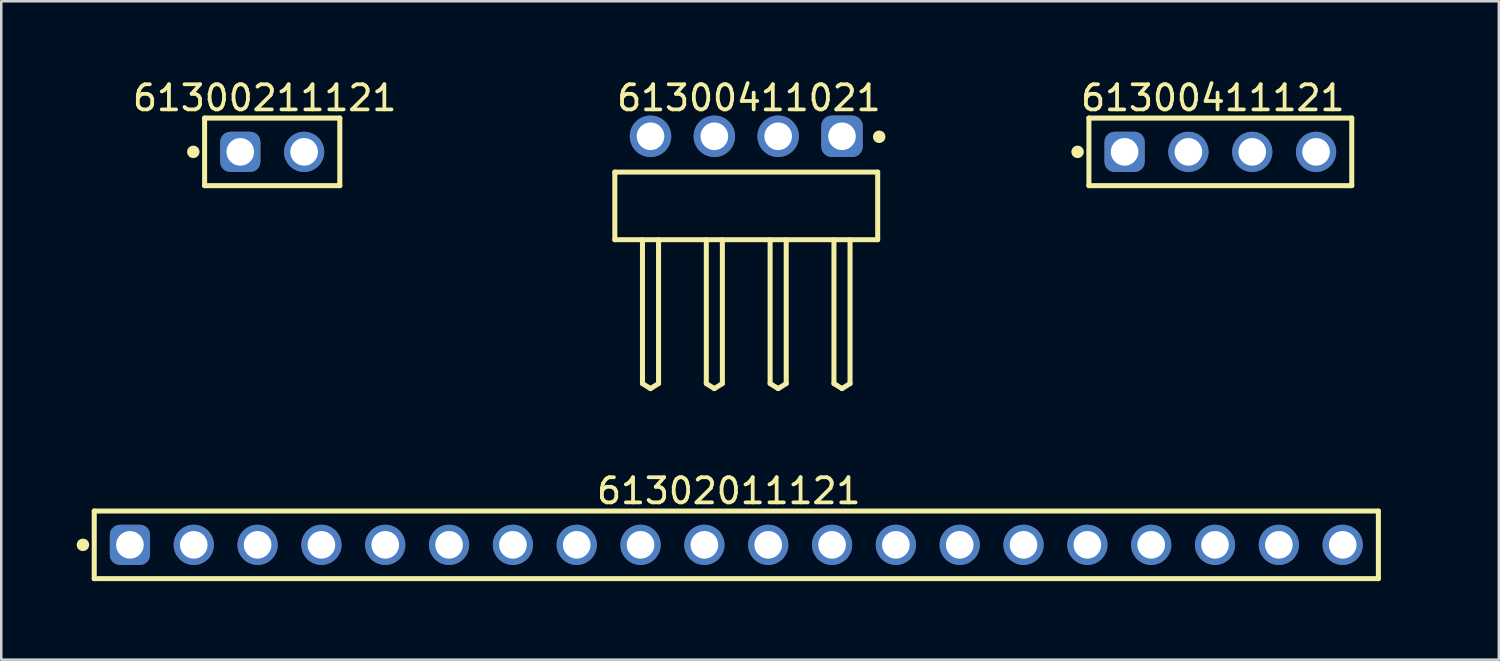
<source format=kicad_pcb>
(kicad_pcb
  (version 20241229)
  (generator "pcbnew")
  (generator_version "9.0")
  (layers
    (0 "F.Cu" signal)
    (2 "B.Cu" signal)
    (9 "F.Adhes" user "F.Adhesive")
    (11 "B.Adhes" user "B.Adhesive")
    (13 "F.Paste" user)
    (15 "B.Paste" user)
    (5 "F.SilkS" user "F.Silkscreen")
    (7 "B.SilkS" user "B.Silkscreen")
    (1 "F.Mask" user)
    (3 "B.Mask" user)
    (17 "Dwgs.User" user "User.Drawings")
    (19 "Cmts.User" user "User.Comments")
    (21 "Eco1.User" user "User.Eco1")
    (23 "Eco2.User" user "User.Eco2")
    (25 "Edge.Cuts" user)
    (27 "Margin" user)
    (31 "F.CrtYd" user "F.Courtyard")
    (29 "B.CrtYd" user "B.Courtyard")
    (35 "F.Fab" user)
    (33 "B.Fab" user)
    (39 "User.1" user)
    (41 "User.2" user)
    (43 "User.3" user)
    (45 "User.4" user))
  (footprint "61300411021"
    (layer "F.Cu")
    (at 26.646 5.143)
    (property "Reference" "61300411021" (at 0.105 -4.295 0) (layer "F.SilkS") (effects (font (size 1 1) (thickness 0.15))))
    (fp_line (start -5.23 -1.345) (end 5.23 -1.345) (stroke (width 0.2) (type solid)) (layer "F.SilkS"))
    (fp_line (start -5.23 1.345) (end -5.23 -1.345) (stroke (width 0.2) (type solid)) (layer "F.SilkS"))
    (fp_line (start -5.23 1.345) (end 5.23 1.345) (stroke (width 0.2) (type solid)) (layer "F.SilkS"))
    (fp_line (start -4.13 7.07) (end -4.13 1.345) (stroke (width 0.2) (type solid)) (layer "F.SilkS"))
    (fp_line (start -4.13 7.07) (end -3.81 7.27) (stroke (width 0.2) (type solid)) (layer "F.SilkS"))
    (fp_line (start -3.81 7.27) (end -3.49 7.07) (stroke (width 0.2) (type solid)) (layer "F.SilkS"))
    (fp_line (start -3.49 7.07) (end -3.49 1.345) (stroke (width 0.2) (type solid)) (layer "F.SilkS"))
    (fp_line (start -1.59 7.07) (end -1.59 1.345) (stroke (width 0.2) (type solid)) (layer "F.SilkS"))
    (fp_line (start -1.59 7.07) (end -1.27 7.27) (stroke (width 0.2) (type solid)) (layer "F.SilkS"))
    (fp_line (start -1.27 7.27) (end -0.95 7.07) (stroke (width 0.2) (type solid)) (layer "F.SilkS"))
    (fp_line (start -0.95 7.07) (end -0.95 1.345) (stroke (width 0.2) (type solid)) (layer "F.SilkS"))
    (fp_line (start 0.95 7.07) (end 0.95 1.345) (stroke (width 0.2) (type solid)) (layer "F.SilkS"))
    (fp_line (start 0.95 7.07) (end 1.27 7.27) (stroke (width 0.2) (type solid)) (layer "F.SilkS"))
    (fp_line (start 1.27 7.27) (end 1.59 7.07) (stroke (width 0.2) (type solid)) (layer "F.SilkS"))
    (fp_line (start 1.59 7.07) (end 1.59 1.345) (stroke (width 0.2) (type solid)) (layer "F.SilkS"))
    (fp_line (start 3.49 7.07) (end 3.49 1.345) (stroke (width 0.2) (type solid)) (layer "F.SilkS"))
    (fp_line (start 3.49 7.07) (end 3.81 7.27) (stroke (width 0.2) (type solid)) (layer "F.SilkS"))
    (fp_line (start 3.81 7.27) (end 4.13 7.07) (stroke (width 0.2) (type solid)) (layer "F.SilkS"))
    (fp_line (start 4.13 7.07) (end 4.13 1.345) (stroke (width 0.2) (type solid)) (layer "F.SilkS"))
    (fp_line (start 5.23 1.345) (end 5.23 -1.345) (stroke (width 0.2) (type solid)) (layer "F.SilkS"))
    (fp_circle (center 5.29 -2.75) (end 5.29 -2.875) (stroke (width 0.25) (type solid)) (fill no) (layer "F.SilkS"))
    (fp_line (start -5.43 -3.795) (end 5.43 -3.795) (stroke (width 0.05) (type solid)) (layer "Eco2.User"))
    (fp_line (start -5.43 7.47) (end -5.43 -3.795) (stroke (width 0.05) (type solid)) (layer "Eco2.User"))
    (fp_line (start -5.43 7.47) (end 5.43 7.47) (stroke (width 0.05) (type solid)) (layer "Eco2.User"))
    (fp_line (start -5.08 -1.27) (end 5.08 -1.27) (stroke (width 0.1) (type solid)) (layer "Eco2.User"))
    (fp_line (start -5.08 1.27) (end -5.08 -1.27) (stroke (width 0.1) (type solid)) (layer "Eco2.User"))
    (fp_line (start -5.08 1.27) (end 5.08 1.27) (stroke (width 0.1) (type solid)) (layer "Eco2.User"))
    (fp_line (start -4.13 -3.09) (end -3.49 -3.09) (stroke (width 0.1) (type solid)) (layer "Eco2.User"))
    (fp_line (start -4.13 -1.27) (end -4.13 -3.09) (stroke (width 0.1) (type solid)) (layer "Eco2.User"))
    (fp_line (start -4.13 7.07) (end -4.13 1.27) (stroke (width 0.1) (type solid)) (layer "Eco2.User"))
    (fp_line (start -4.13 7.07) (end -3.81 7.27) (stroke (width 0.1) (type solid)) (layer "Eco2.User"))
    (fp_line (start -3.81 7.27) (end -3.49 7.07) (stroke (width 0.1) (type solid)) (layer "Eco2.User"))
    (fp_line (start -3.49 -1.27) (end -3.49 -3.09) (stroke (width 0.1) (type solid)) (layer "Eco2.User"))
    (fp_line (start -3.49 7.07) (end -3.49 1.27) (stroke (width 0.1) (type solid)) (layer "Eco2.User"))
    (fp_line (start -1.59 -3.09) (end -0.95 -3.09) (stroke (width 0.1) (type solid)) (layer "Eco2.User"))
    (fp_line (start -1.59 -1.27) (end -1.59 -3.09) (stroke (width 0.1) (type solid)) (layer "Eco2.User"))
    (fp_line (start -1.59 7.07) (end -1.59 1.27) (stroke (width 0.1) (type solid)) (layer "Eco2.User"))
    (fp_line (start -1.59 7.07) (end -1.27 7.27) (stroke (width 0.1) (type solid)) (layer "Eco2.User"))
    (fp_line (start -1.27 7.27) (end -0.95 7.07) (stroke (width 0.1) (type solid)) (layer "Eco2.User"))
    (fp_line (start -0.95 -1.27) (end -0.95 -3.09) (stroke (width 0.1) (type solid)) (layer "Eco2.User"))
    (fp_line (start -0.95 7.07) (end -0.95 1.27) (stroke (width 0.1) (type solid)) (layer "Eco2.User"))
    (fp_line (start -0.5 0) (end 0.5 0) (stroke (width 0.05) (type solid)) (layer "Eco2.User"))
    (fp_line (start 0 0.5) (end 0 -0.5) (stroke (width 0.05) (type solid)) (layer "Eco2.User"))
    (fp_line (start 0.95 -3.09) (end 1.59 -3.09) (stroke (width 0.1) (type solid)) (layer "Eco2.User"))
    (fp_line (start 0.95 -1.27) (end 0.95 -3.09) (stroke (width 0.1) (type solid)) (layer "Eco2.User"))
    (fp_line (start 0.95 7.07) (end 0.95 1.27) (stroke (width 0.1) (type solid)) (layer "Eco2.User"))
    (fp_line (start 0.95 7.07) (end 1.27 7.27) (stroke (width 0.1) (type solid)) (layer "Eco2.User"))
    (fp_line (start 1.27 7.27) (end 1.59 7.07) (stroke (width 0.1) (type solid)) (layer "Eco2.User"))
    (fp_line (start 1.59 -1.27) (end 1.59 -3.09) (stroke (width 0.1) (type solid)) (layer "Eco2.User"))
    (fp_line (start 1.59 7.07) (end 1.59 1.27) (stroke (width 0.1) (type solid)) (layer "Eco2.User"))
    (fp_line (start 3.49 -3.09) (end 4.13 -3.09) (stroke (width 0.1) (type solid)) (layer "Eco2.User"))
    (fp_line (start 3.49 -1.27) (end 3.49 -3.09) (stroke (width 0.1) (type solid)) (layer "Eco2.User"))
    (fp_line (start 3.49 7.07) (end 3.49 1.27) (stroke (width 0.1) (type solid)) (layer "Eco2.User"))
    (fp_line (start 3.49 7.07) (end 3.81 7.27) (stroke (width 0.1) (type solid)) (layer "Eco2.User"))
    (fp_line (start 3.81 7.27) (end 4.13 7.07) (stroke (width 0.1) (type solid)) (layer "Eco2.User"))
    (fp_line (start 4.13 -1.27) (end 4.13 -3.09) (stroke (width 0.1) (type solid)) (layer "Eco2.User"))
    (fp_line (start 4.13 7.07) (end 4.13 1.27) (stroke (width 0.1) (type solid)) (layer "Eco2.User"))
    (fp_line (start 5.08 1.27) (end 5.08 -1.27) (stroke (width 0.1) (type solid)) (layer "Eco2.User"))
    (fp_line (start 5.43 7.47) (end 5.43 -3.795) (stroke (width 0.05) (type solid)) (layer "Eco2.User"))
    (fp_text user "${REFERENCE}" (at 0.15 -0.197 0) (unlocked yes) (layer "User.3") (effects (font (size 1.5 1.5) (thickness 0.15))))
    (pad "1" thru_hole roundrect (at 3.81 -2.77) (size 1.65 1.65) (drill 1.1) (layers "*.Cu" "*.Mask") (roundrect_rratio 0.25))
    (pad "2" thru_hole circle (at 1.27 -2.77) (size 1.65 1.65) (drill 1.1) (layers "*.Cu" "*.Mask"))
    (pad "3" thru_hole circle (at -1.27 -2.77) (size 1.65 1.65) (drill 1.1) (layers "*.Cu" "*.Mask"))
    (pad "4" thru_hole circle (at -3.81 -2.77) (size 1.65 1.65) (drill 1.1) (layers "*.Cu" "*.Mask")))
  (footprint "61300411121"
    (layer "F.Cu")
    (at 45.511 2.993)
    (property "Reference" "61300411121" (at -0.3 -2.145 0) (layer "F.SilkS") (effects (font (size 1 1) (thickness 0.15))))
    (fp_line (start -5.23 -1.345) (end 5.23 -1.345) (stroke (width 0.2) (type solid)) (layer "F.SilkS"))
    (fp_line (start -5.23 1.345) (end -5.23 -1.345) (stroke (width 0.2) (type solid)) (layer "F.SilkS"))
    (fp_line (start -5.23 1.345) (end 5.23 1.345) (stroke (width 0.2) (type solid)) (layer "F.SilkS"))
    (fp_line (start 5.23 1.345) (end 5.23 -1.345) (stroke (width 0.2) (type solid)) (layer "F.SilkS"))
    (fp_circle (center -5.68 0) (end -5.68 -0.125) (stroke (width 0.25) (type solid)) (fill no) (layer "F.SilkS"))
    (fp_line (start -5.43 -1.545) (end 5.43 -1.545) (stroke (width 0.05) (type solid)) (layer "Eco2.User"))
    (fp_line (start -5.43 1.545) (end -5.43 -1.545) (stroke (width 0.05) (type solid)) (layer "Eco2.User"))
    (fp_line (start -5.43 1.545) (end 5.43 1.545) (stroke (width 0.05) (type solid)) (layer "Eco2.User"))
    (fp_line (start -5.08 -1.27) (end 5.08 -1.27) (stroke (width 0.1) (type solid)) (layer "Eco2.User"))
    (fp_line (start -5.08 1.27) (end -5.08 -1.27) (stroke (width 0.1) (type solid)) (layer "Eco2.User"))
    (fp_line (start -5.08 1.27) (end 5.08 1.27) (stroke (width 0.1) (type solid)) (layer "Eco2.User"))
    (fp_line (start -0.5 0) (end 0.5 0) (stroke (width 0.05) (type solid)) (layer "Eco2.User"))
    (fp_line (start 0 0.5) (end 0 -0.5) (stroke (width 0.05) (type solid)) (layer "Eco2.User"))
    (fp_line (start 5.08 1.27) (end 5.08 -1.27) (stroke (width 0.1) (type solid)) (layer "Eco2.User"))
    (fp_line (start 5.43 1.545) (end 5.43 -1.545) (stroke (width 0.05) (type solid)) (layer "Eco2.User"))
    (fp_text user "${REFERENCE}" (at 0.15 -0.197 0) (unlocked yes) (layer "User.3") (effects (font (size 1.5 1.5) (thickness 0.15))))
    (pad "1" thru_hole roundrect (at -3.81 0) (size 1.6 1.6) (drill 1.1) (layers "*.Cu" "*.Mask") (roundrect_rratio 0.25))
    (pad "2" thru_hole circle (at -1.27 0) (size 1.6 1.6) (drill 1.1) (layers "*.Cu" "*.Mask"))
    (pad "3" thru_hole circle (at 1.27 0) (size 1.6 1.6) (drill 1.1) (layers "*.Cu" "*.Mask"))
    (pad "4" thru_hole circle (at 3.81 0) (size 1.6 1.6) (drill 1.1) (layers "*.Cu" "*.Mask")))
  (footprint "61302011121"
    (layer "F.Cu")
    (at 26.25 18.631)
    (property "Reference" "61302011121" (at -0.3 -2.145 0) (layer "F.SilkS") (effects (font (size 1 1) (thickness 0.15))))
    (fp_line (start -25.55 -1.345) (end 25.55 -1.345) (stroke (width 0.2) (type solid)) (layer "F.SilkS"))
    (fp_line (start -25.55 1.345) (end -25.55 -1.345) (stroke (width 0.2) (type solid)) (layer "F.SilkS"))
    (fp_line (start -25.55 1.345) (end 25.55 1.345) (stroke (width 0.2) (type solid)) (layer "F.SilkS"))
    (fp_line (start 25.55 1.345) (end 25.55 -1.345) (stroke (width 0.2) (type solid)) (layer "F.SilkS"))
    (fp_circle (center -26 0) (end -26 -0.125) (stroke (width 0.25) (type solid)) (fill no) (layer "F.SilkS"))
    (fp_line (start -25.75 -1.545) (end 25.75 -1.545) (stroke (width 0.05) (type solid)) (layer "Eco2.User"))
    (fp_line (start -25.75 1.545) (end -25.75 -1.545) (stroke (width 0.05) (type solid)) (layer "Eco2.User"))
    (fp_line (start -25.75 1.545) (end 25.75 1.545) (stroke (width 0.05) (type solid)) (layer "Eco2.User"))
    (fp_line (start -25.4 -1.27) (end 25.4 -1.27) (stroke (width 0.1) (type solid)) (layer "Eco2.User"))
    (fp_line (start -25.4 1.27) (end -25.4 -1.27) (stroke (width 0.1) (type solid)) (layer "Eco2.User"))
    (fp_line (start -25.4 1.27) (end 25.4 1.27) (stroke (width 0.1) (type solid)) (layer "Eco2.User"))
    (fp_line (start -0.5 0) (end 0.5 0) (stroke (width 0.05) (type solid)) (layer "Eco2.User"))
    (fp_line (start 0 0.5) (end 0 -0.5) (stroke (width 0.05) (type solid)) (layer "Eco2.User"))
    (fp_line (start 25.4 1.27) (end 25.4 -1.27) (stroke (width 0.1) (type solid)) (layer "Eco2.User"))
    (fp_line (start 25.75 1.545) (end 25.75 -1.545) (stroke (width 0.05) (type solid)) (layer "Eco2.User"))
    (fp_text user "${REFERENCE}" (at 0.15 -0.197 0) (unlocked yes) (layer "User.3") (effects (font (size 1.5 1.5) (thickness 0.15))))
    (pad "1" thru_hole roundrect (at -24.13 0) (size 1.6 1.6) (drill 1.1) (layers "*.Cu" "*.Mask") (roundrect_rratio 0.25))
    (pad "2" thru_hole circle (at -21.59 0) (size 1.6 1.6) (drill 1.1) (layers "*.Cu" "*.Mask"))
    (pad "3" thru_hole circle (at -19.05 0) (size 1.6 1.6) (drill 1.1) (layers "*.Cu" "*.Mask"))
    (pad "4" thru_hole circle (at -16.51 0) (size 1.6 1.6) (drill 1.1) (layers "*.Cu" "*.Mask"))
    (pad "5" thru_hole circle (at -13.97 0) (size 1.6 1.6) (drill 1.1) (layers "*.Cu" "*.Mask"))
    (pad "6" thru_hole circle (at -11.43 0) (size 1.6 1.6) (drill 1.1) (layers "*.Cu" "*.Mask"))
    (pad "7" thru_hole circle (at -8.89 0) (size 1.6 1.6) (drill 1.1) (layers "*.Cu" "*.Mask"))
    (pad "8" thru_hole circle (at -6.35 0) (size 1.6 1.6) (drill 1.1) (layers "*.Cu" "*.Mask"))
    (pad "9" thru_hole circle (at -3.81 0) (size 1.6 1.6) (drill 1.1) (layers "*.Cu" "*.Mask"))
    (pad "10" thru_hole circle (at -1.27 0) (size 1.6 1.6) (drill 1.1) (layers "*.Cu" "*.Mask"))
    (pad "11" thru_hole circle (at 1.27 0) (size 1.6 1.6) (drill 1.1) (layers "*.Cu" "*.Mask"))
    (pad "12" thru_hole circle (at 3.81 0) (size 1.6 1.6) (drill 1.1) (layers "*.Cu" "*.Mask"))
    (pad "13" thru_hole circle (at 6.35 0) (size 1.6 1.6) (drill 1.1) (layers "*.Cu" "*.Mask"))
    (pad "14" thru_hole circle (at 8.89 0) (size 1.6 1.6) (drill 1.1) (layers "*.Cu" "*.Mask"))
    (pad "15" thru_hole circle (at 11.43 0) (size 1.6 1.6) (drill 1.1) (layers "*.Cu" "*.Mask"))
    (pad "16" thru_hole circle (at 13.97 0) (size 1.6 1.6) (drill 1.1) (layers "*.Cu" "*.Mask"))
    (pad "17" thru_hole circle (at 16.51 0) (size 1.6 1.6) (drill 1.1) (layers "*.Cu" "*.Mask"))
    (pad "18" thru_hole circle (at 19.05 0) (size 1.6 1.6) (drill 1.1) (layers "*.Cu" "*.Mask"))
    (pad "19" thru_hole circle (at 21.59 0) (size 1.6 1.6) (drill 1.1) (layers "*.Cu" "*.Mask"))
    (pad "20" thru_hole circle (at 24.13 0) (size 1.6 1.6) (drill 1.1) (layers "*.Cu" "*.Mask")))
  (footprint "61300211121"
    (layer "F.Cu")
    (at 7.782 2.993)
    (property "Reference" "61300211121" (at -0.3 -2.145 0) (layer "F.SilkS") (effects (font (size 1 1) (thickness 0.15))))
    (fp_line (start -2.69 -1.345) (end 2.69 -1.345) (stroke (width 0.2) (type solid)) (layer "F.SilkS"))
    (fp_line (start -2.69 1.345) (end -2.69 -1.345) (stroke (width 0.2) (type solid)) (layer "F.SilkS"))
    (fp_line (start -2.69 1.345) (end 2.69 1.345) (stroke (width 0.2) (type solid)) (layer "F.SilkS"))
    (fp_line (start 2.69 1.345) (end 2.69 -1.345) (stroke (width 0.2) (type solid)) (layer "F.SilkS"))
    (fp_circle (center -3.14 0) (end -3.14 -0.125) (stroke (width 0.25) (type solid)) (fill no) (layer "F.SilkS"))
    (fp_line (start -2.89 -1.545) (end 2.89 -1.545) (stroke (width 0.05) (type solid)) (layer "Eco2.User"))
    (fp_line (start -2.89 1.545) (end -2.89 -1.545) (stroke (width 0.05) (type solid)) (layer "Eco2.User"))
    (fp_line (start -2.89 1.545) (end 2.89 1.545) (stroke (width 0.05) (type solid)) (layer "Eco2.User"))
    (fp_line (start -2.54 -1.27) (end 2.54 -1.27) (stroke (width 0.1) (type solid)) (layer "Eco2.User"))
    (fp_line (start -2.54 1.27) (end -2.54 -1.27) (stroke (width 0.1) (type solid)) (layer "Eco2.User"))
    (fp_line (start -2.54 1.27) (end 2.54 1.27) (stroke (width 0.1) (type solid)) (layer "Eco2.User"))
    (fp_line (start -0.5 0) (end 0.5 0) (stroke (width 0.05) (type solid)) (layer "Eco2.User"))
    (fp_line (start 0 0.5) (end 0 -0.5) (stroke (width 0.05) (type solid)) (layer "Eco2.User"))
    (fp_line (start 2.54 1.27) (end 2.54 -1.27) (stroke (width 0.1) (type solid)) (layer "Eco2.User"))
    (fp_line (start 2.89 1.545) (end 2.89 -1.545) (stroke (width 0.05) (type solid)) (layer "Eco2.User"))
    (fp_text user "${REFERENCE}" (at 0.15 -0.197 0) (unlocked yes) (layer "User.3") (effects (font (size 1.5 1.5) (thickness 0.15))))
    (pad "1" thru_hole roundrect (at -1.27 0) (size 1.6 1.6) (drill 1.1) (layers "*.Cu" "*.Mask") (roundrect_rratio 0.25))
    (pad "2" thru_hole circle (at 1.27 0) (size 1.6 1.6) (drill 1.1) (layers "*.Cu" "*.Mask")))
  (gr_rect
    (start -3 -3)
    (end 56.593 23.201)
    (stroke (width 0.1) (type default))
    (fill no)
    (layer "Edge.Cuts")))
</source>
